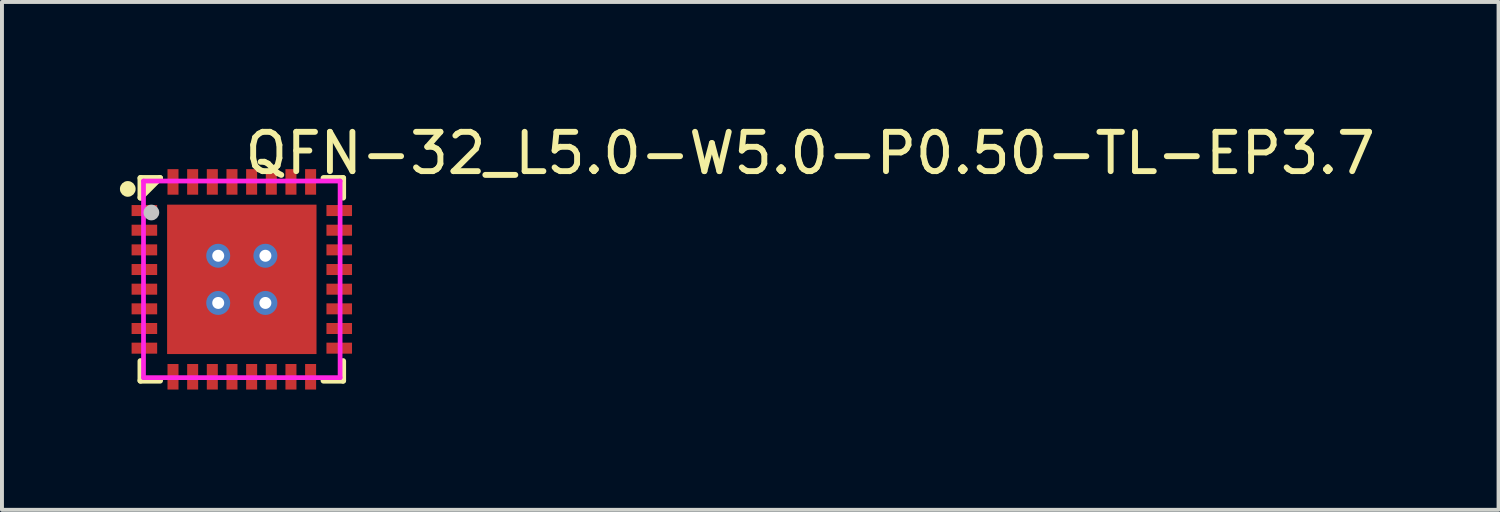
<source format=kicad_pcb>
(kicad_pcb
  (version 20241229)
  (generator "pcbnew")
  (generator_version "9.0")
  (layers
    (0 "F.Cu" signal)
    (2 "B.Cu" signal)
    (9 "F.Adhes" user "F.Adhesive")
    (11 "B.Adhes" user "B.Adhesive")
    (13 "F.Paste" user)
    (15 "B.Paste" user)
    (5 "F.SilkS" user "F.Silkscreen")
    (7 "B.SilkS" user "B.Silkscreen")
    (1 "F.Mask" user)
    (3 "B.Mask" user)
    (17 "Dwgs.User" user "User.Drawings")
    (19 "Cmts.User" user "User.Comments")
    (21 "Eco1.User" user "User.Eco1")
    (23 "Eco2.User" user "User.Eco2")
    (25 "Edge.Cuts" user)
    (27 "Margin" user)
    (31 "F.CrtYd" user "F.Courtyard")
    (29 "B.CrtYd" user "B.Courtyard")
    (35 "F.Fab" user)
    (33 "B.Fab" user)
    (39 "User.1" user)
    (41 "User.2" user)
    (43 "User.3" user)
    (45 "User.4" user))
  (footprint "QFN-32_L5.0-W5.0-P0.50-TL-EP3.7"
    (layer "F.Cu")
    (at 3.1 4.055)
    (property "Reference" "QFN-32_L5.0-W5.0-P0.50-TL-EP3.7" (at 0 -3.207 0) (layer "F.SilkS") (effects (font (size 1 1) (thickness 0.15)) (justify left)))
    (attr through_hole)
    (fp_line (start -2.576 -2.576) (end -2.576 -2.08) (stroke (width 0.152) (type solid)) (layer "F.SilkS"))
    (fp_line (start -2.576 2.576) (end -2.576 2.08) (stroke (width 0.152) (type solid)) (layer "F.SilkS"))
    (fp_line (start -2.08 -2.576) (end -2.576 -2.576) (stroke (width 0.152) (type solid)) (layer "F.SilkS"))
    (fp_line (start -2.08 -2.576) (end -2.576 -2.08) (stroke (width 0.152) (type solid)) (layer "F.SilkS"))
    (fp_line (start -2.08 2.576) (end -2.576 2.576) (stroke (width 0.152) (type solid)) (layer "F.SilkS"))
    (fp_line (start 2.08 -2.576) (end 2.576 -2.576) (stroke (width 0.152) (type solid)) (layer "F.SilkS"))
    (fp_line (start 2.08 2.576) (end 2.576 2.576) (stroke (width 0.152) (type solid)) (layer "F.SilkS"))
    (fp_line (start 2.576 -2.576) (end 2.576 -2.08) (stroke (width 0.152) (type solid)) (layer "F.SilkS"))
    (fp_line (start 2.576 2.576) (end 2.576 2.08) (stroke (width 0.152) (type solid)) (layer "F.SilkS"))
    (fp_circle (center -2.9 -2.3) (end -2.8 -2.3) (stroke (width 0.2) (type solid)) (fill no) (layer "F.SilkS"))
    (fp_poly (pts (xy -2.1 -2.576) (xy -2.1 -2.557) (xy -2.576 -2.08) (xy -2.576 -2.5)) (stroke (width 0.12) (type solid)) (fill yes) (layer "F.SilkS"))
    (fp_poly (pts (xy -2.802 -1.89) (xy -2.152 -1.89) (xy -2.152 -1.61) (xy -2.802 -1.61)) (stroke (width 0.12) (type solid)) (fill yes) (layer "F.Paste"))
    (fp_poly (pts (xy -2.802 -1.39) (xy -2.152 -1.39) (xy -2.152 -1.11) (xy -2.802 -1.11)) (stroke (width 0.12) (type solid)) (fill yes) (layer "F.Paste"))
    (fp_poly (pts (xy -2.802 -0.89) (xy -2.152 -0.89) (xy -2.152 -0.61) (xy -2.802 -0.61)) (stroke (width 0.12) (type solid)) (fill yes) (layer "F.Paste"))
    (fp_poly (pts (xy -2.802 -0.39) (xy -2.152 -0.39) (xy -2.152 -0.11) (xy -2.802 -0.11)) (stroke (width 0.12) (type solid)) (fill yes) (layer "F.Paste"))
    (fp_poly (pts (xy -2.802 0.11) (xy -2.152 0.11) (xy -2.152 0.39) (xy -2.802 0.39)) (stroke (width 0.12) (type solid)) (fill yes) (layer "F.Paste"))
    (fp_poly (pts (xy -2.802 0.61) (xy -2.152 0.61) (xy -2.152 0.89) (xy -2.802 0.89)) (stroke (width 0.12) (type solid)) (fill yes) (layer "F.Paste"))
    (fp_poly (pts (xy -2.802 1.11) (xy -2.152 1.11) (xy -2.152 1.39) (xy -2.802 1.39)) (stroke (width 0.12) (type solid)) (fill yes) (layer "F.Paste"))
    (fp_poly (pts (xy -2.802 1.61) (xy -2.152 1.61) (xy -2.152 1.89) (xy -2.802 1.89)) (stroke (width 0.12) (type solid)) (fill yes) (layer "F.Paste"))
    (fp_poly (pts (xy -1.89 -2.802) (xy -1.61 -2.802) (xy -1.61 -2.152) (xy -1.89 -2.152)) (stroke (width 0.12) (type solid)) (fill yes) (layer "F.Paste"))
    (fp_poly (pts (xy -1.89 2.152) (xy -1.61 2.152) (xy -1.61 2.802) (xy -1.89 2.802)) (stroke (width 0.12) (type solid)) (fill yes) (layer "F.Paste"))
    (fp_poly (pts (xy -1.52 -1.52) (xy 1.52 -1.52) (xy 1.52 1.52) (xy -1.52 1.52)) (stroke (width 0.12) (type solid)) (fill yes) (layer "F.Paste"))
    (fp_poly (pts (xy -1.39 -2.802) (xy -1.11 -2.802) (xy -1.11 -2.152) (xy -1.39 -2.152)) (stroke (width 0.12) (type solid)) (fill yes) (layer "F.Paste"))
    (fp_poly (pts (xy -1.39 2.152) (xy -1.11 2.152) (xy -1.11 2.802) (xy -1.39 2.802)) (stroke (width 0.12) (type solid)) (fill yes) (layer "F.Paste"))
    (fp_poly (pts (xy -0.89 -2.802) (xy -0.61 -2.802) (xy -0.61 -2.152) (xy -0.89 -2.152)) (stroke (width 0.12) (type solid)) (fill yes) (layer "F.Paste"))
    (fp_poly (pts (xy -0.89 2.152) (xy -0.61 2.152) (xy -0.61 2.802) (xy -0.89 2.802)) (stroke (width 0.12) (type solid)) (fill yes) (layer "F.Paste"))
    (fp_poly (pts (xy -0.39 -2.802) (xy -0.11 -2.802) (xy -0.11 -2.152) (xy -0.39 -2.152)) (stroke (width 0.12) (type solid)) (fill yes) (layer "F.Paste"))
    (fp_poly (pts (xy -0.39 2.152) (xy -0.11 2.152) (xy -0.11 2.802) (xy -0.39 2.802)) (stroke (width 0.12) (type solid)) (fill yes) (layer "F.Paste"))
    (fp_poly (pts (xy 0.11 -2.802) (xy 0.39 -2.802) (xy 0.39 -2.152) (xy 0.11 -2.152)) (stroke (width 0.12) (type solid)) (fill yes) (layer "F.Paste"))
    (fp_poly (pts (xy 0.11 2.152) (xy 0.39 2.152) (xy 0.39 2.802) (xy 0.11 2.802)) (stroke (width 0.12) (type solid)) (fill yes) (layer "F.Paste"))
    (fp_poly (pts (xy 0.61 -2.802) (xy 0.89 -2.802) (xy 0.89 -2.152) (xy 0.61 -2.152)) (stroke (width 0.12) (type solid)) (fill yes) (layer "F.Paste"))
    (fp_poly (pts (xy 0.61 2.152) (xy 0.89 2.152) (xy 0.89 2.802) (xy 0.61 2.802)) (stroke (width 0.12) (type solid)) (fill yes) (layer "F.Paste"))
    (fp_poly (pts (xy 1.11 -2.802) (xy 1.39 -2.802) (xy 1.39 -2.152) (xy 1.11 -2.152)) (stroke (width 0.12) (type solid)) (fill yes) (layer "F.Paste"))
    (fp_poly (pts (xy 1.11 2.152) (xy 1.39 2.152) (xy 1.39 2.802) (xy 1.11 2.802)) (stroke (width 0.12) (type solid)) (fill yes) (layer "F.Paste"))
    (fp_poly (pts (xy 1.61 -2.802) (xy 1.89 -2.802) (xy 1.89 -2.152) (xy 1.61 -2.152)) (stroke (width 0.12) (type solid)) (fill yes) (layer "F.Paste"))
    (fp_poly (pts (xy 1.61 2.152) (xy 1.89 2.152) (xy 1.89 2.802) (xy 1.61 2.802)) (stroke (width 0.12) (type solid)) (fill yes) (layer "F.Paste"))
    (fp_poly (pts (xy 2.152 -1.89) (xy 2.802 -1.89) (xy 2.802 -1.61) (xy 2.152 -1.61)) (stroke (width 0.12) (type solid)) (fill yes) (layer "F.Paste"))
    (fp_poly (pts (xy 2.152 -1.39) (xy 2.802 -1.39) (xy 2.802 -1.11) (xy 2.152 -1.11)) (stroke (width 0.12) (type solid)) (fill yes) (layer "F.Paste"))
    (fp_poly (pts (xy 2.152 -0.89) (xy 2.802 -0.89) (xy 2.802 -0.61) (xy 2.152 -0.61)) (stroke (width 0.12) (type solid)) (fill yes) (layer "F.Paste"))
    (fp_poly (pts (xy 2.152 -0.39) (xy 2.802 -0.39) (xy 2.802 -0.11) (xy 2.152 -0.11)) (stroke (width 0.12) (type solid)) (fill yes) (layer "F.Paste"))
    (fp_poly (pts (xy 2.152 0.11) (xy 2.802 0.11) (xy 2.802 0.39) (xy 2.152 0.39)) (stroke (width 0.12) (type solid)) (fill yes) (layer "F.Paste"))
    (fp_poly (pts (xy 2.152 0.61) (xy 2.802 0.61) (xy 2.802 0.89) (xy 2.152 0.89)) (stroke (width 0.12) (type solid)) (fill yes) (layer "F.Paste"))
    (fp_poly (pts (xy 2.152 1.11) (xy 2.802 1.11) (xy 2.802 1.39) (xy 2.152 1.39)) (stroke (width 0.12) (type solid)) (fill yes) (layer "F.Paste"))
    (fp_poly (pts (xy 2.152 1.61) (xy 2.802 1.61) (xy 2.802 1.89) (xy 2.152 1.89)) (stroke (width 0.12) (type solid)) (fill yes) (layer "F.Paste"))
    (fp_circle (center -2.3 -1.7) (end -2.2 -1.7) (stroke (width 0.2) (type solid)) (fill no) (layer "Dwgs.User"))
    (fp_circle (center -2.5 -2.5) (end -2.47 -2.5) (stroke (width 0.06) (type solid)) (fill no) (layer "Eco2.User"))
    (fp_poly (pts (xy -2.5 -1.875) (xy -2.2 -1.875) (xy -2.2 -1.625) (xy -2.5 -1.625)) (stroke (width 0.12) (type solid)) (fill no) (layer "Eco2.User"))
    (fp_poly (pts (xy -2.5 -1.375) (xy -2.2 -1.375) (xy -2.2 -1.125) (xy -2.5 -1.125)) (stroke (width 0.12) (type solid)) (fill no) (layer "Eco2.User"))
    (fp_poly (pts (xy -2.5 -0.875) (xy -2.2 -0.875) (xy -2.2 -0.625) (xy -2.5 -0.625)) (stroke (width 0.12) (type solid)) (fill no) (layer "Eco2.User"))
    (fp_poly (pts (xy -2.5 -0.375) (xy -2.2 -0.375) (xy -2.2 -0.125) (xy -2.5 -0.125)) (stroke (width 0.12) (type solid)) (fill no) (layer "Eco2.User"))
    (fp_poly (pts (xy -2.5 0.125) (xy -2.2 0.125) (xy -2.2 0.375) (xy -2.5 0.375)) (stroke (width 0.12) (type solid)) (fill no) (layer "Eco2.User"))
    (fp_poly (pts (xy -2.5 0.625) (xy -2.2 0.625) (xy -2.2 0.875) (xy -2.5 0.875)) (stroke (width 0.12) (type solid)) (fill no) (layer "Eco2.User"))
    (fp_poly (pts (xy -2.5 1.125) (xy -2.2 1.125) (xy -2.2 1.375) (xy -2.5 1.375)) (stroke (width 0.12) (type solid)) (fill no) (layer "Eco2.User"))
    (fp_poly (pts (xy -2.5 1.625) (xy -2.2 1.625) (xy -2.2 1.875) (xy -2.5 1.875)) (stroke (width 0.12) (type solid)) (fill no) (layer "Eco2.User"))
    (fp_poly (pts (xy -1.875 -2.2) (xy -1.625 -2.2) (xy -1.625 -2.5) (xy -1.875 -2.5)) (stroke (width 0.12) (type solid)) (fill no) (layer "Eco2.User"))
    (fp_poly (pts (xy -1.875 2.2) (xy -1.625 2.2) (xy -1.625 2.5) (xy -1.875 2.5)) (stroke (width 0.12) (type solid)) (fill no) (layer "Eco2.User"))
    (fp_poly (pts (xy -1.375 -2.2) (xy -1.125 -2.2) (xy -1.125 -2.5) (xy -1.375 -2.5)) (stroke (width 0.12) (type solid)) (fill no) (layer "Eco2.User"))
    (fp_poly (pts (xy -1.375 2.2) (xy -1.125 2.2) (xy -1.125 2.5) (xy -1.375 2.5)) (stroke (width 0.12) (type solid)) (fill no) (layer "Eco2.User"))
    (fp_poly (pts (xy -0.875 -2.2) (xy -0.625 -2.2) (xy -0.625 -2.5) (xy -0.875 -2.5)) (stroke (width 0.12) (type solid)) (fill no) (layer "Eco2.User"))
    (fp_poly (pts (xy -0.875 2.2) (xy -0.625 2.2) (xy -0.625 2.5) (xy -0.875 2.5)) (stroke (width 0.12) (type solid)) (fill no) (layer "Eco2.User"))
    (fp_poly (pts (xy -0.375 -2.2) (xy -0.125 -2.2) (xy -0.125 -2.5) (xy -0.375 -2.5)) (stroke (width 0.12) (type solid)) (fill no) (layer "Eco2.User"))
    (fp_poly (pts (xy -0.375 2.2) (xy -0.125 2.2) (xy -0.125 2.5) (xy -0.375 2.5)) (stroke (width 0.12) (type solid)) (fill no) (layer "Eco2.User"))
    (fp_poly (pts (xy 0.125 -2.2) (xy 0.375 -2.2) (xy 0.375 -2.5) (xy 0.125 -2.5)) (stroke (width 0.12) (type solid)) (fill no) (layer "Eco2.User"))
    (fp_poly (pts (xy 0.125 2.2) (xy 0.375 2.2) (xy 0.375 2.5) (xy 0.125 2.5)) (stroke (width 0.12) (type solid)) (fill no) (layer "Eco2.User"))
    (fp_poly (pts (xy 0.625 -2.2) (xy 0.875 -2.2) (xy 0.875 -2.5) (xy 0.625 -2.5)) (stroke (width 0.12) (type solid)) (fill no) (layer "Eco2.User"))
    (fp_poly (pts (xy 0.625 2.2) (xy 0.875 2.2) (xy 0.875 2.5) (xy 0.625 2.5)) (stroke (width 0.12) (type solid)) (fill no) (layer "Eco2.User"))
    (fp_poly (pts (xy 1.125 -2.2) (xy 1.375 -2.2) (xy 1.375 -2.5) (xy 1.125 -2.5)) (stroke (width 0.12) (type solid)) (fill no) (layer "Eco2.User"))
    (fp_poly (pts (xy 1.125 2.2) (xy 1.375 2.2) (xy 1.375 2.5) (xy 1.125 2.5)) (stroke (width 0.12) (type solid)) (fill no) (layer "Eco2.User"))
    (fp_poly (pts (xy 1.625 -2.2) (xy 1.875 -2.2) (xy 1.875 -2.5) (xy 1.625 -2.5)) (stroke (width 0.12) (type solid)) (fill no) (layer "Eco2.User"))
    (fp_poly (pts (xy 1.625 2.2) (xy 1.875 2.2) (xy 1.875 2.5) (xy 1.625 2.5)) (stroke (width 0.12) (type solid)) (fill no) (layer "Eco2.User"))
    (fp_poly (pts (xy 2.5 -1.875) (xy 2.2 -1.875) (xy 2.2 -1.625) (xy 2.5 -1.625)) (stroke (width 0.12) (type solid)) (fill no) (layer "Eco2.User"))
    (fp_poly (pts (xy 2.5 -1.375) (xy 2.2 -1.375) (xy 2.2 -1.125) (xy 2.5 -1.125)) (stroke (width 0.12) (type solid)) (fill no) (layer "Eco2.User"))
    (fp_poly (pts (xy 2.5 -0.875) (xy 2.2 -0.875) (xy 2.2 -0.625) (xy 2.5 -0.625)) (stroke (width 0.12) (type solid)) (fill no) (layer "Eco2.User"))
    (fp_poly (pts (xy 2.5 -0.375) (xy 2.2 -0.375) (xy 2.2 -0.125) (xy 2.5 -0.125)) (stroke (width 0.12) (type solid)) (fill no) (layer "Eco2.User"))
    (fp_poly (pts (xy 2.5 0.125) (xy 2.2 0.125) (xy 2.2 0.375) (xy 2.5 0.375)) (stroke (width 0.12) (type solid)) (fill no) (layer "Eco2.User"))
    (fp_poly (pts (xy 2.5 0.625) (xy 2.2 0.625) (xy 2.2 0.875) (xy 2.5 0.875)) (stroke (width 0.12) (type solid)) (fill no) (layer "Eco2.User"))
    (fp_poly (pts (xy 2.5 1.125) (xy 2.2 1.125) (xy 2.2 1.375) (xy 2.5 1.375)) (stroke (width 0.12) (type solid)) (fill no) (layer "Eco2.User"))
    (fp_poly (pts (xy 2.5 1.625) (xy 2.2 1.625) (xy 2.2 1.875) (xy 2.5 1.875)) (stroke (width 0.12) (type solid)) (fill no) (layer "Eco2.User"))
    (fp_poly (pts (xy -1.52 -1.9) (xy 1.9 -1.9) (xy 1.9 1.9) (xy -1.9 1.9) (xy -1.9 -1.52)) (stroke (width 0.12) (type solid)) (fill no) (layer "Eco2.User"))
    (fp_line (start -2.5 -2.5) (end 2.5 -2.5) (stroke (width 0.12) (type solid)) (layer "F.CrtYd"))
    (fp_line (start -2.5 2.5) (end -2.5 -2.5) (stroke (width 0.12) (type solid)) (layer "F.CrtYd"))
    (fp_line (start 2.5 -2.5) (end 2.5 2.5) (stroke (width 0.12) (type solid)) (layer "F.CrtYd"))
    (fp_line (start 2.5 2.5) (end -2.5 2.5) (stroke (width 0.12) (type solid)) (layer "F.CrtYd"))
    (pad "" thru_hole circle (at -0.6 -0.6) (size 0.61 0.61) (drill 0.304) (layers "*.Cu" "*.Mask"))
    (pad "" thru_hole circle (at -0.6 0.6) (size 0.61 0.61) (drill 0.304) (layers "*.Cu" "*.Mask"))
    (pad "" thru_hole circle (at 0.6 -0.6) (size 0.61 0.61) (drill 0.304) (layers "*.Cu" "*.Mask"))
    (pad "" thru_hole circle (at 0.6 0.6) (size 0.61 0.61) (drill 0.304) (layers "*.Cu" "*.Mask"))
    (pad "1" smd rect (at -2.478 -1.75) (size 0.65 0.28) (layers "F.Cu" "F.Mask" "F.Paste"))
    (pad "2" smd rect (at -2.478 -1.25) (size 0.65 0.28) (layers "F.Cu" "F.Mask" "F.Paste"))
    (pad "3" smd rect (at -2.478 -0.75) (size 0.65 0.28) (layers "F.Cu" "F.Mask" "F.Paste"))
    (pad "4" smd rect (at -2.478 -0.25) (size 0.65 0.28) (layers "F.Cu" "F.Mask" "F.Paste"))
    (pad "5" smd rect (at -2.478 0.25) (size 0.65 0.28) (layers "F.Cu" "F.Mask" "F.Paste"))
    (pad "6" smd rect (at -2.478 0.75) (size 0.65 0.28) (layers "F.Cu" "F.Mask" "F.Paste"))
    (pad "7" smd rect (at -2.478 1.25) (size 0.65 0.28) (layers "F.Cu" "F.Mask" "F.Paste"))
    (pad "8" smd rect (at -2.478 1.75) (size 0.65 0.28) (layers "F.Cu" "F.Mask" "F.Paste"))
    (pad "9" smd rect (at -1.75 2.478) (size 0.28 0.65) (layers "F.Cu" "F.Mask" "F.Paste"))
    (pad "10" smd rect (at -1.25 2.478) (size 0.28 0.65) (layers "F.Cu" "F.Mask" "F.Paste"))
    (pad "11" smd rect (at -0.75 2.478) (size 0.28 0.65) (layers "F.Cu" "F.Mask" "F.Paste"))
    (pad "12" smd rect (at -0.25 2.478) (size 0.28 0.65) (layers "F.Cu" "F.Mask" "F.Paste"))
    (pad "13" smd rect (at 0.25 2.478) (size 0.28 0.65) (layers "F.Cu" "F.Mask" "F.Paste"))
    (pad "14" smd rect (at 0.75 2.478) (size 0.28 0.65) (layers "F.Cu" "F.Mask" "F.Paste"))
    (pad "15" smd rect (at 1.25 2.478) (size 0.28 0.65) (layers "F.Cu" "F.Mask" "F.Paste"))
    (pad "16" smd rect (at 1.75 2.478) (size 0.28 0.65) (layers "F.Cu" "F.Mask" "F.Paste"))
    (pad "17" smd rect (at 2.478 1.75) (size 0.65 0.28) (layers "F.Cu" "F.Mask" "F.Paste"))
    (pad "18" smd rect (at 2.478 1.25) (size 0.65 0.28) (layers "F.Cu" "F.Mask" "F.Paste"))
    (pad "19" smd rect (at 2.478 0.75) (size 0.65 0.28) (layers "F.Cu" "F.Mask" "F.Paste"))
    (pad "20" smd rect (at 2.478 0.25) (size 0.65 0.28) (layers "F.Cu" "F.Mask" "F.Paste"))
    (pad "21" smd rect (at 2.478 -0.25) (size 0.65 0.28) (layers "F.Cu" "F.Mask" "F.Paste"))
    (pad "22" smd rect (at 2.478 -0.75) (size 0.65 0.28) (layers "F.Cu" "F.Mask" "F.Paste"))
    (pad "23" smd rect (at 2.478 -1.25) (size 0.65 0.28) (layers "F.Cu" "F.Mask" "F.Paste"))
    (pad "24" smd rect (at 2.478 -1.75) (size 0.65 0.28) (layers "F.Cu" "F.Mask" "F.Paste"))
    (pad "25" smd rect (at 1.75 -2.478) (size 0.28 0.65) (layers "F.Cu" "F.Mask" "F.Paste"))
    (pad "26" smd rect (at 1.25 -2.478) (size 0.28 0.65) (layers "F.Cu" "F.Mask" "F.Paste"))
    (pad "27" smd rect (at 0.75 -2.478) (size 0.28 0.65) (layers "F.Cu" "F.Mask" "F.Paste"))
    (pad "28" smd rect (at 0.25 -2.478) (size 0.28 0.65) (layers "F.Cu" "F.Mask" "F.Paste"))
    (pad "29" smd rect (at -0.25 -2.478) (size 0.28 0.65) (layers "F.Cu" "F.Mask" "F.Paste"))
    (pad "30" smd rect (at -0.75 -2.478) (size 0.28 0.65) (layers "F.Cu" "F.Mask" "F.Paste"))
    (pad "31" smd rect (at -1.25 -2.478) (size 0.28 0.65) (layers "F.Cu" "F.Mask" "F.Paste"))
    (pad "32" smd rect (at -1.75 -2.478) (size 0.28 0.65) (layers "F.Cu" "F.Mask" "F.Paste"))
    (pad "33" smd rect (at 0 0) (size 3.8 3.8) (layers "F.Cu" "F.Mask" "F.Paste")))
  (gr_rect
    (start -3 -3)
    (end 35.064 9.917)
    (stroke (width 0.1) (type default))
    (fill no)
    (layer "Edge.Cuts")))
</source>
